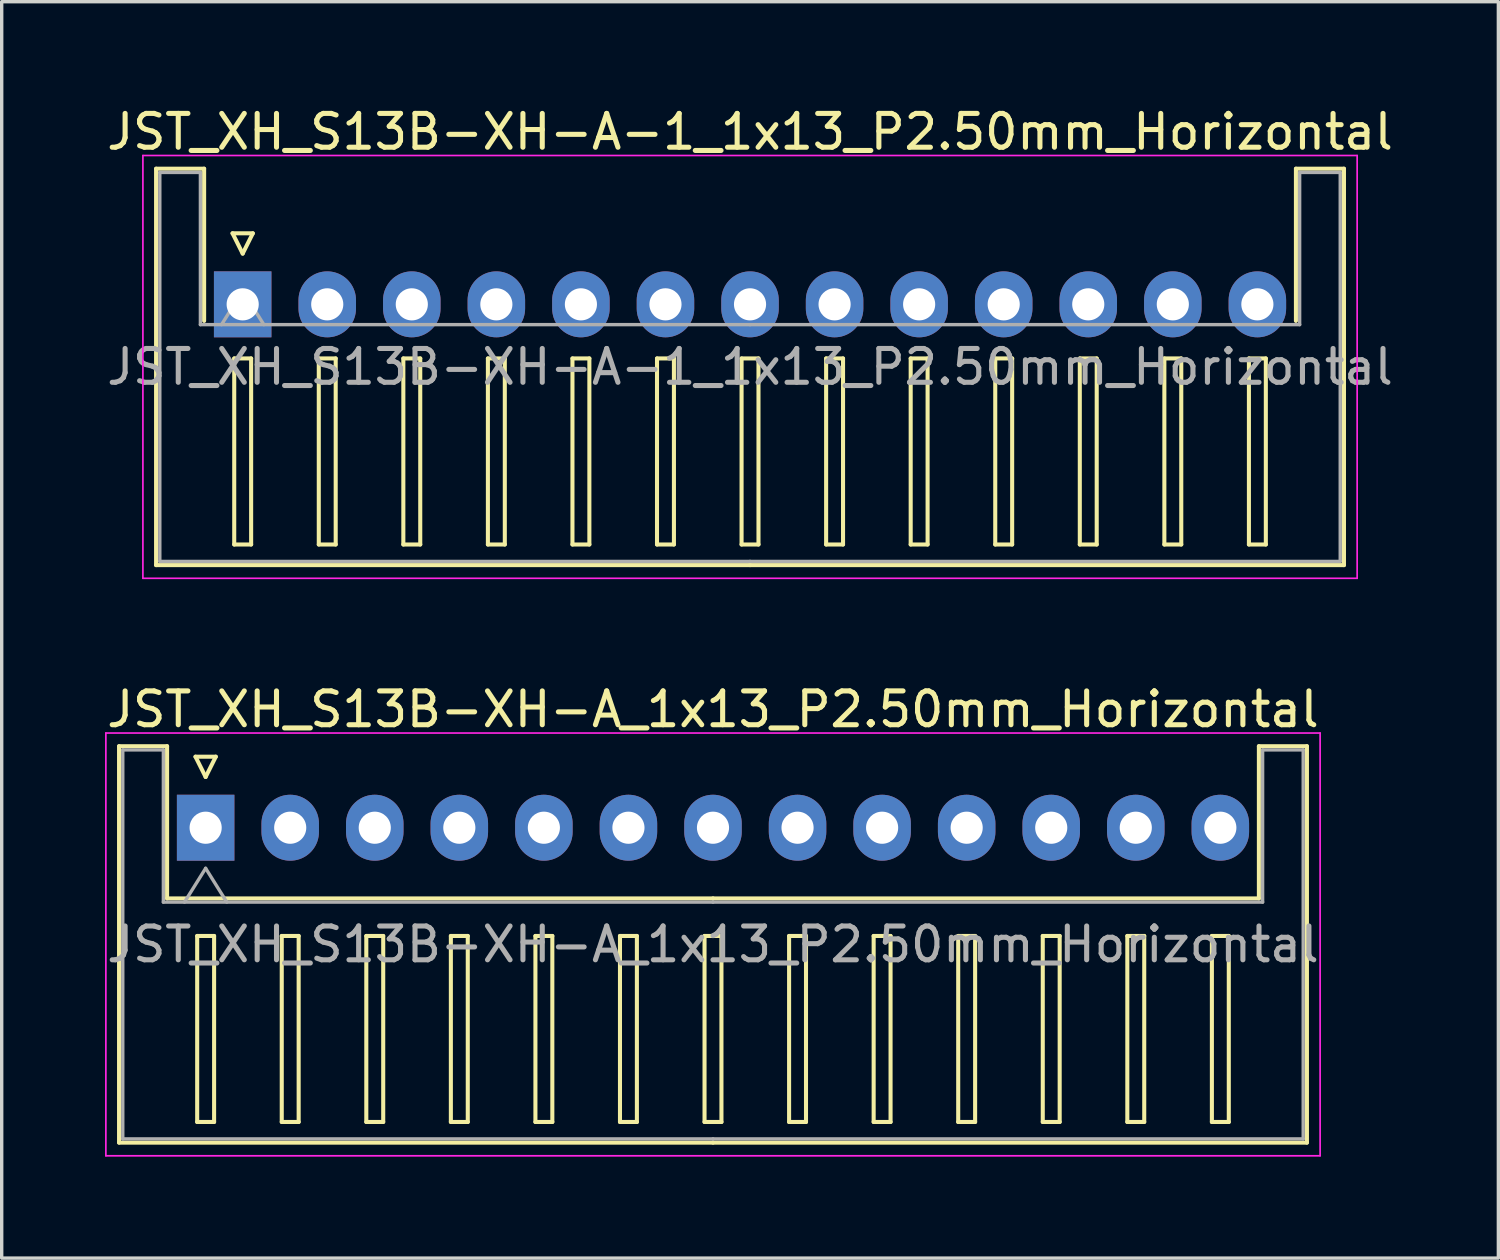
<source format=kicad_pcb>
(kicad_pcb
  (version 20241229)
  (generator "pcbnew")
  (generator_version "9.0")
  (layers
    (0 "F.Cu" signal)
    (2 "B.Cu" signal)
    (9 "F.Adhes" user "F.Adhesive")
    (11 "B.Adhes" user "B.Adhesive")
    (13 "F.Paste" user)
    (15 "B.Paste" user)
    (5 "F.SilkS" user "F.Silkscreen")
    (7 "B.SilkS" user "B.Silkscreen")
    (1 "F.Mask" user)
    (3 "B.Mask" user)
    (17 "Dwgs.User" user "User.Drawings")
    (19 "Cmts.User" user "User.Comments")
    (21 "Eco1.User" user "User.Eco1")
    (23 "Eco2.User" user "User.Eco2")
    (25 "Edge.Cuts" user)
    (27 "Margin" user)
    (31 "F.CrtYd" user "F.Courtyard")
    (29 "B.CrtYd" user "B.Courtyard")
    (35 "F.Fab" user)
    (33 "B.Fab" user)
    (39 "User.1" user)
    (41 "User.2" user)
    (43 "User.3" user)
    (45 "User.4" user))
  (footprint "JST_XH_S13B-XH-A_1x13_P2.50mm_Horizontal"
    (layer "F.Cu")
    (at 3.03 21.422)
    (property "Reference" "JST_XH_S13B-XH-A_1x13_P2.50mm_Horizontal" (at 15 -3.5 0) (layer "F.SilkS") (effects (font (size 1 1) (thickness 0.15))))
    (attr through_hole)
    (fp_line (start -2.56 -2.41) (end -1.14 -2.41) (stroke (width 0.12) (type solid)) (layer "F.SilkS"))
    (fp_line (start -2.56 9.31) (end -2.56 -2.41) (stroke (width 0.12) (type solid)) (layer "F.SilkS"))
    (fp_line (start -1.14 -2.41) (end -1.14 2.09) (stroke (width 0.12) (type solid)) (layer "F.SilkS"))
    (fp_line (start -1.14 2.09) (end 15 2.09) (stroke (width 0.12) (type solid)) (layer "F.SilkS"))
    (fp_line (start -0.3 -2.1) (end 0.3 -2.1) (stroke (width 0.12) (type solid)) (layer "F.SilkS"))
    (fp_line (start -0.25 3.2) (end -0.25 8.7) (stroke (width 0.12) (type solid)) (layer "F.SilkS"))
    (fp_line (start -0.25 8.7) (end 0.25 8.7) (stroke (width 0.12) (type solid)) (layer "F.SilkS"))
    (fp_line (start 0 -1.5) (end -0.3 -2.1) (stroke (width 0.12) (type solid)) (layer "F.SilkS"))
    (fp_line (start 0.25 3.2) (end -0.25 3.2) (stroke (width 0.12) (type solid)) (layer "F.SilkS"))
    (fp_line (start 0.25 8.7) (end 0.25 3.2) (stroke (width 0.12) (type solid)) (layer "F.SilkS"))
    (fp_line (start 0.3 -2.1) (end 0 -1.5) (stroke (width 0.12) (type solid)) (layer "F.SilkS"))
    (fp_line (start 2.25 3.2) (end 2.25 8.7) (stroke (width 0.12) (type solid)) (layer "F.SilkS"))
    (fp_line (start 2.25 8.7) (end 2.75 8.7) (stroke (width 0.12) (type solid)) (layer "F.SilkS"))
    (fp_line (start 2.75 3.2) (end 2.25 3.2) (stroke (width 0.12) (type solid)) (layer "F.SilkS"))
    (fp_line (start 2.75 8.7) (end 2.75 3.2) (stroke (width 0.12) (type solid)) (layer "F.SilkS"))
    (fp_line (start 4.75 3.2) (end 4.75 8.7) (stroke (width 0.12) (type solid)) (layer "F.SilkS"))
    (fp_line (start 4.75 8.7) (end 5.25 8.7) (stroke (width 0.12) (type solid)) (layer "F.SilkS"))
    (fp_line (start 5.25 3.2) (end 4.75 3.2) (stroke (width 0.12) (type solid)) (layer "F.SilkS"))
    (fp_line (start 5.25 8.7) (end 5.25 3.2) (stroke (width 0.12) (type solid)) (layer "F.SilkS"))
    (fp_line (start 7.25 3.2) (end 7.25 8.7) (stroke (width 0.12) (type solid)) (layer "F.SilkS"))
    (fp_line (start 7.25 8.7) (end 7.75 8.7) (stroke (width 0.12) (type solid)) (layer "F.SilkS"))
    (fp_line (start 7.75 3.2) (end 7.25 3.2) (stroke (width 0.12) (type solid)) (layer "F.SilkS"))
    (fp_line (start 7.75 8.7) (end 7.75 3.2) (stroke (width 0.12) (type solid)) (layer "F.SilkS"))
    (fp_line (start 9.75 3.2) (end 9.75 8.7) (stroke (width 0.12) (type solid)) (layer "F.SilkS"))
    (fp_line (start 9.75 8.7) (end 10.25 8.7) (stroke (width 0.12) (type solid)) (layer "F.SilkS"))
    (fp_line (start 10.25 3.2) (end 9.75 3.2) (stroke (width 0.12) (type solid)) (layer "F.SilkS"))
    (fp_line (start 10.25 8.7) (end 10.25 3.2) (stroke (width 0.12) (type solid)) (layer "F.SilkS"))
    (fp_line (start 12.25 3.2) (end 12.25 8.7) (stroke (width 0.12) (type solid)) (layer "F.SilkS"))
    (fp_line (start 12.25 8.7) (end 12.75 8.7) (stroke (width 0.12) (type solid)) (layer "F.SilkS"))
    (fp_line (start 12.75 3.2) (end 12.25 3.2) (stroke (width 0.12) (type solid)) (layer "F.SilkS"))
    (fp_line (start 12.75 8.7) (end 12.75 3.2) (stroke (width 0.12) (type solid)) (layer "F.SilkS"))
    (fp_line (start 14.75 3.2) (end 14.75 8.7) (stroke (width 0.12) (type solid)) (layer "F.SilkS"))
    (fp_line (start 14.75 8.7) (end 15.25 8.7) (stroke (width 0.12) (type solid)) (layer "F.SilkS"))
    (fp_line (start 15 9.31) (end -2.56 9.31) (stroke (width 0.12) (type solid)) (layer "F.SilkS"))
    (fp_line (start 15 9.31) (end 32.56 9.31) (stroke (width 0.12) (type solid)) (layer "F.SilkS"))
    (fp_line (start 15.25 3.2) (end 14.75 3.2) (stroke (width 0.12) (type solid)) (layer "F.SilkS"))
    (fp_line (start 15.25 8.7) (end 15.25 3.2) (stroke (width 0.12) (type solid)) (layer "F.SilkS"))
    (fp_line (start 17.25 3.2) (end 17.25 8.7) (stroke (width 0.12) (type solid)) (layer "F.SilkS"))
    (fp_line (start 17.25 8.7) (end 17.75 8.7) (stroke (width 0.12) (type solid)) (layer "F.SilkS"))
    (fp_line (start 17.75 3.2) (end 17.25 3.2) (stroke (width 0.12) (type solid)) (layer "F.SilkS"))
    (fp_line (start 17.75 8.7) (end 17.75 3.2) (stroke (width 0.12) (type solid)) (layer "F.SilkS"))
    (fp_line (start 19.75 3.2) (end 19.75 8.7) (stroke (width 0.12) (type solid)) (layer "F.SilkS"))
    (fp_line (start 19.75 8.7) (end 20.25 8.7) (stroke (width 0.12) (type solid)) (layer "F.SilkS"))
    (fp_line (start 20.25 3.2) (end 19.75 3.2) (stroke (width 0.12) (type solid)) (layer "F.SilkS"))
    (fp_line (start 20.25 8.7) (end 20.25 3.2) (stroke (width 0.12) (type solid)) (layer "F.SilkS"))
    (fp_line (start 22.25 3.2) (end 22.25 8.7) (stroke (width 0.12) (type solid)) (layer "F.SilkS"))
    (fp_line (start 22.25 8.7) (end 22.75 8.7) (stroke (width 0.12) (type solid)) (layer "F.SilkS"))
    (fp_line (start 22.75 3.2) (end 22.25 3.2) (stroke (width 0.12) (type solid)) (layer "F.SilkS"))
    (fp_line (start 22.75 8.7) (end 22.75 3.2) (stroke (width 0.12) (type solid)) (layer "F.SilkS"))
    (fp_line (start 24.75 3.2) (end 24.75 8.7) (stroke (width 0.12) (type solid)) (layer "F.SilkS"))
    (fp_line (start 24.75 8.7) (end 25.25 8.7) (stroke (width 0.12) (type solid)) (layer "F.SilkS"))
    (fp_line (start 25.25 3.2) (end 24.75 3.2) (stroke (width 0.12) (type solid)) (layer "F.SilkS"))
    (fp_line (start 25.25 8.7) (end 25.25 3.2) (stroke (width 0.12) (type solid)) (layer "F.SilkS"))
    (fp_line (start 27.25 3.2) (end 27.25 8.7) (stroke (width 0.12) (type solid)) (layer "F.SilkS"))
    (fp_line (start 27.25 8.7) (end 27.75 8.7) (stroke (width 0.12) (type solid)) (layer "F.SilkS"))
    (fp_line (start 27.75 3.2) (end 27.25 3.2) (stroke (width 0.12) (type solid)) (layer "F.SilkS"))
    (fp_line (start 27.75 8.7) (end 27.75 3.2) (stroke (width 0.12) (type solid)) (layer "F.SilkS"))
    (fp_line (start 29.75 3.2) (end 29.75 8.7) (stroke (width 0.12) (type solid)) (layer "F.SilkS"))
    (fp_line (start 29.75 8.7) (end 30.25 8.7) (stroke (width 0.12) (type solid)) (layer "F.SilkS"))
    (fp_line (start 30.25 3.2) (end 29.75 3.2) (stroke (width 0.12) (type solid)) (layer "F.SilkS"))
    (fp_line (start 30.25 8.7) (end 30.25 3.2) (stroke (width 0.12) (type solid)) (layer "F.SilkS"))
    (fp_line (start 31.14 -2.41) (end 31.14 2.09) (stroke (width 0.12) (type solid)) (layer "F.SilkS"))
    (fp_line (start 31.14 2.09) (end 15 2.09) (stroke (width 0.12) (type solid)) (layer "F.SilkS"))
    (fp_line (start 32.56 -2.41) (end 31.14 -2.41) (stroke (width 0.12) (type solid)) (layer "F.SilkS"))
    (fp_line (start 32.56 9.31) (end 32.56 -2.41) (stroke (width 0.12) (type solid)) (layer "F.SilkS"))
    (fp_line (start -2.95 -2.8) (end -2.95 9.7) (stroke (width 0.05) (type solid)) (layer "F.CrtYd"))
    (fp_line (start -2.95 9.7) (end 32.95 9.7) (stroke (width 0.05) (type solid)) (layer "F.CrtYd"))
    (fp_line (start 32.95 -2.8) (end -2.95 -2.8) (stroke (width 0.05) (type solid)) (layer "F.CrtYd"))
    (fp_line (start 32.95 9.7) (end 32.95 -2.8) (stroke (width 0.05) (type solid)) (layer "F.CrtYd"))
    (fp_line (start -2.45 -2.3) (end -1.25 -2.3) (stroke (width 0.1) (type solid)) (layer "F.Fab"))
    (fp_line (start -2.45 9.2) (end -2.45 -2.3) (stroke (width 0.1) (type solid)) (layer "F.Fab"))
    (fp_line (start -1.25 -2.3) (end -1.25 2.2) (stroke (width 0.1) (type solid)) (layer "F.Fab"))
    (fp_line (start -1.25 2.2) (end 15 2.2) (stroke (width 0.1) (type solid)) (layer "F.Fab"))
    (fp_line (start -0.625 2.2) (end 0 1.2) (stroke (width 0.1) (type solid)) (layer "F.Fab"))
    (fp_line (start 0 1.2) (end 0.625 2.2) (stroke (width 0.1) (type solid)) (layer "F.Fab"))
    (fp_line (start 15 9.2) (end -2.45 9.2) (stroke (width 0.1) (type solid)) (layer "F.Fab"))
    (fp_line (start 15 9.2) (end 32.45 9.2) (stroke (width 0.1) (type solid)) (layer "F.Fab"))
    (fp_line (start 31.25 -2.3) (end 31.25 2.2) (stroke (width 0.1) (type solid)) (layer "F.Fab"))
    (fp_line (start 31.25 2.2) (end 15 2.2) (stroke (width 0.1) (type solid)) (layer "F.Fab"))
    (fp_line (start 32.45 -2.3) (end 31.25 -2.3) (stroke (width 0.1) (type solid)) (layer "F.Fab"))
    (fp_line (start 32.45 9.2) (end 32.45 -2.3) (stroke (width 0.1) (type solid)) (layer "F.Fab"))
    (fp_text user "${REFERENCE}" (at 15 3.45 0) (layer "F.Fab") (effects (font (size 1 1) (thickness 0.15))))
    (pad "1" thru_hole rect (at 0 0) (size 1.7 1.95) (drill 0.95) (layers "*.Cu" "*.Mask"))
    (pad "2" thru_hole oval (at 2.5 0) (size 1.7 1.95) (drill 0.95) (layers "*.Cu" "*.Mask"))
    (pad "3" thru_hole oval (at 5 0) (size 1.7 1.95) (drill 0.95) (layers "*.Cu" "*.Mask"))
    (pad "4" thru_hole oval (at 7.5 0) (size 1.7 1.95) (drill 0.95) (layers "*.Cu" "*.Mask"))
    (pad "5" thru_hole oval (at 10 0) (size 1.7 1.95) (drill 0.95) (layers "*.Cu" "*.Mask"))
    (pad "6" thru_hole oval (at 12.5 0) (size 1.7 1.95) (drill 0.95) (layers "*.Cu" "*.Mask"))
    (pad "7" thru_hole oval (at 15 0) (size 1.7 1.95) (drill 0.95) (layers "*.Cu" "*.Mask"))
    (pad "8" thru_hole oval (at 17.5 0) (size 1.7 1.95) (drill 0.95) (layers "*.Cu" "*.Mask"))
    (pad "9" thru_hole oval (at 20 0) (size 1.7 1.95) (drill 0.95) (layers "*.Cu" "*.Mask"))
    (pad "10" thru_hole oval (at 22.5 0) (size 1.7 1.95) (drill 0.95) (layers "*.Cu" "*.Mask"))
    (pad "11" thru_hole oval (at 25 0) (size 1.7 1.95) (drill 0.95) (layers "*.Cu" "*.Mask"))
    (pad "12" thru_hole oval (at 27.5 0) (size 1.7 1.95) (drill 0.95) (layers "*.Cu" "*.Mask"))
    (pad "13" thru_hole oval (at 30 0) (size 1.7 1.95) (drill 0.95) (layers "*.Cu" "*.Mask")))
  (footprint "JST_XH_S13B-XH-A-1_1x13_P2.50mm_Horizontal"
    (layer "F.Cu")
    (at 4.125 5.948)
    (property "Reference" "JST_XH_S13B-XH-A-1_1x13_P2.50mm_Horizontal" (at 15 -5.1 0) (layer "F.SilkS") (effects (font (size 1 1) (thickness 0.15))))
    (attr through_hole)
    (fp_line (start -2.56 -4.01) (end -1.14 -4.01) (stroke (width 0.12) (type solid)) (layer "F.SilkS"))
    (fp_line (start -2.56 7.71) (end -2.56 -4.01) (stroke (width 0.12) (type solid)) (layer "F.SilkS"))
    (fp_line (start -1.14 -4.01) (end -1.14 0.49) (stroke (width 0.12) (type solid)) (layer "F.SilkS"))
    (fp_line (start -0.3 -2.1) (end 0.3 -2.1) (stroke (width 0.12) (type solid)) (layer "F.SilkS"))
    (fp_line (start -0.25 1.6) (end -0.25 7.1) (stroke (width 0.12) (type solid)) (layer "F.SilkS"))
    (fp_line (start -0.25 7.1) (end 0.25 7.1) (stroke (width 0.12) (type solid)) (layer "F.SilkS"))
    (fp_line (start 0 -1.5) (end -0.3 -2.1) (stroke (width 0.12) (type solid)) (layer "F.SilkS"))
    (fp_line (start 0.25 1.6) (end -0.25 1.6) (stroke (width 0.12) (type solid)) (layer "F.SilkS"))
    (fp_line (start 0.25 7.1) (end 0.25 1.6) (stroke (width 0.12) (type solid)) (layer "F.SilkS"))
    (fp_line (start 0.3 -2.1) (end 0 -1.5) (stroke (width 0.12) (type solid)) (layer "F.SilkS"))
    (fp_line (start 2.25 1.6) (end 2.25 7.1) (stroke (width 0.12) (type solid)) (layer "F.SilkS"))
    (fp_line (start 2.25 7.1) (end 2.75 7.1) (stroke (width 0.12) (type solid)) (layer "F.SilkS"))
    (fp_line (start 2.75 1.6) (end 2.25 1.6) (stroke (width 0.12) (type solid)) (layer "F.SilkS"))
    (fp_line (start 2.75 7.1) (end 2.75 1.6) (stroke (width 0.12) (type solid)) (layer "F.SilkS"))
    (fp_line (start 4.75 1.6) (end 4.75 7.1) (stroke (width 0.12) (type solid)) (layer "F.SilkS"))
    (fp_line (start 4.75 7.1) (end 5.25 7.1) (stroke (width 0.12) (type solid)) (layer "F.SilkS"))
    (fp_line (start 5.25 1.6) (end 4.75 1.6) (stroke (width 0.12) (type solid)) (layer "F.SilkS"))
    (fp_line (start 5.25 7.1) (end 5.25 1.6) (stroke (width 0.12) (type solid)) (layer "F.SilkS"))
    (fp_line (start 7.25 1.6) (end 7.25 7.1) (stroke (width 0.12) (type solid)) (layer "F.SilkS"))
    (fp_line (start 7.25 7.1) (end 7.75 7.1) (stroke (width 0.12) (type solid)) (layer "F.SilkS"))
    (fp_line (start 7.75 1.6) (end 7.25 1.6) (stroke (width 0.12) (type solid)) (layer "F.SilkS"))
    (fp_line (start 7.75 7.1) (end 7.75 1.6) (stroke (width 0.12) (type solid)) (layer "F.SilkS"))
    (fp_line (start 9.75 1.6) (end 9.75 7.1) (stroke (width 0.12) (type solid)) (layer "F.SilkS"))
    (fp_line (start 9.75 7.1) (end 10.25 7.1) (stroke (width 0.12) (type solid)) (layer "F.SilkS"))
    (fp_line (start 10.25 1.6) (end 9.75 1.6) (stroke (width 0.12) (type solid)) (layer "F.SilkS"))
    (fp_line (start 10.25 7.1) (end 10.25 1.6) (stroke (width 0.12) (type solid)) (layer "F.SilkS"))
    (fp_line (start 12.25 1.6) (end 12.25 7.1) (stroke (width 0.12) (type solid)) (layer "F.SilkS"))
    (fp_line (start 12.25 7.1) (end 12.75 7.1) (stroke (width 0.12) (type solid)) (layer "F.SilkS"))
    (fp_line (start 12.75 1.6) (end 12.25 1.6) (stroke (width 0.12) (type solid)) (layer "F.SilkS"))
    (fp_line (start 12.75 7.1) (end 12.75 1.6) (stroke (width 0.12) (type solid)) (layer "F.SilkS"))
    (fp_line (start 14.75 1.6) (end 14.75 7.1) (stroke (width 0.12) (type solid)) (layer "F.SilkS"))
    (fp_line (start 14.75 7.1) (end 15.25 7.1) (stroke (width 0.12) (type solid)) (layer "F.SilkS"))
    (fp_line (start 15 7.71) (end -2.56 7.71) (stroke (width 0.12) (type solid)) (layer "F.SilkS"))
    (fp_line (start 15 7.71) (end 32.56 7.71) (stroke (width 0.12) (type solid)) (layer "F.SilkS"))
    (fp_line (start 15.25 1.6) (end 14.75 1.6) (stroke (width 0.12) (type solid)) (layer "F.SilkS"))
    (fp_line (start 15.25 7.1) (end 15.25 1.6) (stroke (width 0.12) (type solid)) (layer "F.SilkS"))
    (fp_line (start 17.25 1.6) (end 17.25 7.1) (stroke (width 0.12) (type solid)) (layer "F.SilkS"))
    (fp_line (start 17.25 7.1) (end 17.75 7.1) (stroke (width 0.12) (type solid)) (layer "F.SilkS"))
    (fp_line (start 17.75 1.6) (end 17.25 1.6) (stroke (width 0.12) (type solid)) (layer "F.SilkS"))
    (fp_line (start 17.75 7.1) (end 17.75 1.6) (stroke (width 0.12) (type solid)) (layer "F.SilkS"))
    (fp_line (start 19.75 1.6) (end 19.75 7.1) (stroke (width 0.12) (type solid)) (layer "F.SilkS"))
    (fp_line (start 19.75 7.1) (end 20.25 7.1) (stroke (width 0.12) (type solid)) (layer "F.SilkS"))
    (fp_line (start 20.25 1.6) (end 19.75 1.6) (stroke (width 0.12) (type solid)) (layer "F.SilkS"))
    (fp_line (start 20.25 7.1) (end 20.25 1.6) (stroke (width 0.12) (type solid)) (layer "F.SilkS"))
    (fp_line (start 22.25 1.6) (end 22.25 7.1) (stroke (width 0.12) (type solid)) (layer "F.SilkS"))
    (fp_line (start 22.25 7.1) (end 22.75 7.1) (stroke (width 0.12) (type solid)) (layer "F.SilkS"))
    (fp_line (start 22.75 1.6) (end 22.25 1.6) (stroke (width 0.12) (type solid)) (layer "F.SilkS"))
    (fp_line (start 22.75 7.1) (end 22.75 1.6) (stroke (width 0.12) (type solid)) (layer "F.SilkS"))
    (fp_line (start 24.75 1.6) (end 24.75 7.1) (stroke (width 0.12) (type solid)) (layer "F.SilkS"))
    (fp_line (start 24.75 7.1) (end 25.25 7.1) (stroke (width 0.12) (type solid)) (layer "F.SilkS"))
    (fp_line (start 25.25 1.6) (end 24.75 1.6) (stroke (width 0.12) (type solid)) (layer "F.SilkS"))
    (fp_line (start 25.25 7.1) (end 25.25 1.6) (stroke (width 0.12) (type solid)) (layer "F.SilkS"))
    (fp_line (start 27.25 1.6) (end 27.25 7.1) (stroke (width 0.12) (type solid)) (layer "F.SilkS"))
    (fp_line (start 27.25 7.1) (end 27.75 7.1) (stroke (width 0.12) (type solid)) (layer "F.SilkS"))
    (fp_line (start 27.75 1.6) (end 27.25 1.6) (stroke (width 0.12) (type solid)) (layer "F.SilkS"))
    (fp_line (start 27.75 7.1) (end 27.75 1.6) (stroke (width 0.12) (type solid)) (layer "F.SilkS"))
    (fp_line (start 29.75 1.6) (end 29.75 7.1) (stroke (width 0.12) (type solid)) (layer "F.SilkS"))
    (fp_line (start 29.75 7.1) (end 30.25 7.1) (stroke (width 0.12) (type solid)) (layer "F.SilkS"))
    (fp_line (start 30.25 1.6) (end 29.75 1.6) (stroke (width 0.12) (type solid)) (layer "F.SilkS"))
    (fp_line (start 30.25 7.1) (end 30.25 1.6) (stroke (width 0.12) (type solid)) (layer "F.SilkS"))
    (fp_line (start 31.14 -4.01) (end 31.14 0.49) (stroke (width 0.12) (type solid)) (layer "F.SilkS"))
    (fp_line (start 32.56 -4.01) (end 31.14 -4.01) (stroke (width 0.12) (type solid)) (layer "F.SilkS"))
    (fp_line (start 32.56 7.71) (end 32.56 -4.01) (stroke (width 0.12) (type solid)) (layer "F.SilkS"))
    (fp_line (start -2.95 -4.4) (end -2.95 8.1) (stroke (width 0.05) (type solid)) (layer "F.CrtYd"))
    (fp_line (start -2.95 8.1) (end 32.95 8.1) (stroke (width 0.05) (type solid)) (layer "F.CrtYd"))
    (fp_line (start 32.95 -4.4) (end -2.95 -4.4) (stroke (width 0.05) (type solid)) (layer "F.CrtYd"))
    (fp_line (start 32.95 8.1) (end 32.95 -4.4) (stroke (width 0.05) (type solid)) (layer "F.CrtYd"))
    (fp_line (start -2.45 -3.9) (end -1.25 -3.9) (stroke (width 0.1) (type solid)) (layer "F.Fab"))
    (fp_line (start -2.45 7.6) (end -2.45 -3.9) (stroke (width 0.1) (type solid)) (layer "F.Fab"))
    (fp_line (start -1.25 -3.9) (end -1.25 0.6) (stroke (width 0.1) (type solid)) (layer "F.Fab"))
    (fp_line (start -1.25 0.6) (end 15 0.6) (stroke (width 0.1) (type solid)) (layer "F.Fab"))
    (fp_line (start -0.625 0.6) (end 0 -0.4) (stroke (width 0.1) (type solid)) (layer "F.Fab"))
    (fp_line (start 0 -0.4) (end 0.625 0.6) (stroke (width 0.1) (type solid)) (layer "F.Fab"))
    (fp_line (start 15 7.6) (end -2.45 7.6) (stroke (width 0.1) (type solid)) (layer "F.Fab"))
    (fp_line (start 15 7.6) (end 32.45 7.6) (stroke (width 0.1) (type solid)) (layer "F.Fab"))
    (fp_line (start 31.25 -3.9) (end 31.25 0.6) (stroke (width 0.1) (type solid)) (layer "F.Fab"))
    (fp_line (start 31.25 0.6) (end 15 0.6) (stroke (width 0.1) (type solid)) (layer "F.Fab"))
    (fp_line (start 32.45 -3.9) (end 31.25 -3.9) (stroke (width 0.1) (type solid)) (layer "F.Fab"))
    (fp_line (start 32.45 7.6) (end 32.45 -3.9) (stroke (width 0.1) (type solid)) (layer "F.Fab"))
    (fp_text user "${REFERENCE}" (at 15 1.85 0) (layer "F.Fab") (effects (font (size 1 1) (thickness 0.15))))
    (pad "1" thru_hole rect (at 0 0) (size 1.7 1.95) (drill 0.95) (layers "*.Cu" "*.Mask"))
    (pad "2" thru_hole oval (at 2.5 0) (size 1.7 1.95) (drill 0.95) (layers "*.Cu" "*.Mask"))
    (pad "3" thru_hole oval (at 5 0) (size 1.7 1.95) (drill 0.95) (layers "*.Cu" "*.Mask"))
    (pad "4" thru_hole oval (at 7.5 0) (size 1.7 1.95) (drill 0.95) (layers "*.Cu" "*.Mask"))
    (pad "5" thru_hole oval (at 10 0) (size 1.7 1.95) (drill 0.95) (layers "*.Cu" "*.Mask"))
    (pad "6" thru_hole oval (at 12.5 0) (size 1.7 1.95) (drill 0.95) (layers "*.Cu" "*.Mask"))
    (pad "7" thru_hole oval (at 15 0) (size 1.7 1.95) (drill 0.95) (layers "*.Cu" "*.Mask"))
    (pad "8" thru_hole oval (at 17.5 0) (size 1.7 1.95) (drill 0.95) (layers "*.Cu" "*.Mask"))
    (pad "9" thru_hole oval (at 20 0) (size 1.7 1.95) (drill 0.95) (layers "*.Cu" "*.Mask"))
    (pad "10" thru_hole oval (at 22.5 0) (size 1.7 1.95) (drill 0.95) (layers "*.Cu" "*.Mask"))
    (pad "11" thru_hole oval (at 25 0) (size 1.7 1.95) (drill 0.95) (layers "*.Cu" "*.Mask"))
    (pad "12" thru_hole oval (at 27.5 0) (size 1.7 1.95) (drill 0.95) (layers "*.Cu" "*.Mask"))
    (pad "13" thru_hole oval (at 30 0) (size 1.7 1.95) (drill 0.95) (layers "*.Cu" "*.Mask")))
  (gr_rect
    (start -3 -3)
    (end 41.25 34.147)
    (stroke (width 0.1) (type default))
    (fill no)
    (layer "Edge.Cuts")))
</source>
